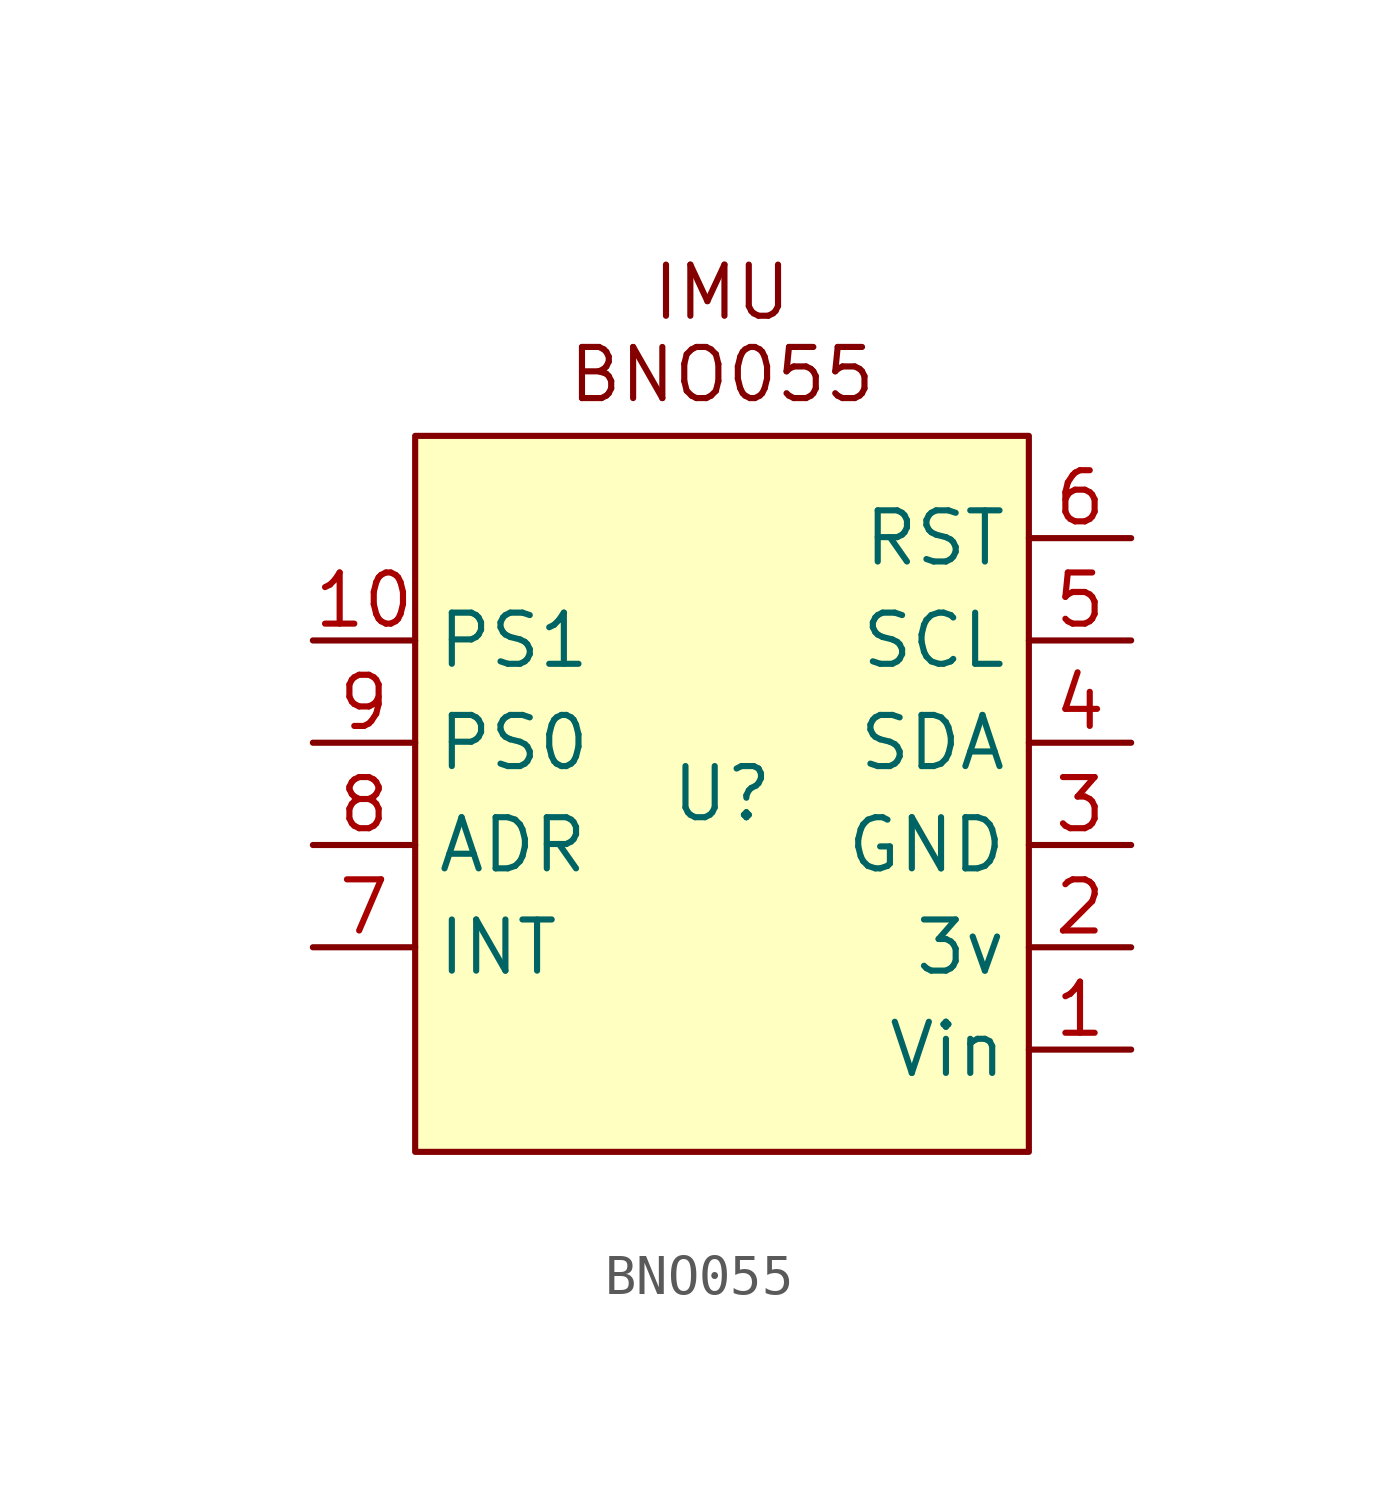
<source format=kicad_sym>
(kicad_symbol_lib
  (version 20220914)
  (generator kicad_symbol_editor)
  (symbol "BNO055"
    (property "Reference" "U"
      (at 0 -1.27 0)
      (effects (font (size 1.27 1.27))))
    (property "Value" ""
      (at -11.43 2.54 90)
      (effects (font (size 1.27 1.27))))
    (symbol "BNO055_1_1"
      (rectangle (start -7.62 7.62) (end 7.62 -10.16) (stroke (width 0) (type default)) (fill (type background)))
      (text "IMU\nBNO055" (at 0 10.16 0) (effects (font (size 1.27 1.27))))
      (pin bidirectional line (at 10.16 -7.62 180) (length 2.54) (name "Vin" (effects (font (size 1.27 1.27)))) (number "1" (effects (font (size 1.27 1.27)))))
      (pin bidirectional line (at -10.16 2.54 0) (length 2.54) (name "PS1" (effects (font (size 1.27 1.27)))) (number "10" (effects (font (size 1.27 1.27)))))
      (pin bidirectional line (at 10.16 -5.08 180) (length 2.54) (name "3v" (effects (font (size 1.27 1.27)))) (number "2" (effects (font (size 1.27 1.27)))))
      (pin bidirectional line (at 10.16 -2.54 180) (length 2.54) (name "GND" (effects (font (size 1.27 1.27)))) (number "3" (effects (font (size 1.27 1.27)))))
      (pin bidirectional line (at 10.16 0 180) (length 2.54) (name "SDA" (effects (font (size 1.27 1.27)))) (number "4" (effects (font (size 1.27 1.27)))))
      (pin bidirectional line (at 10.16 2.54 180) (length 2.54) (name "SCL" (effects (font (size 1.27 1.27)))) (number "5" (effects (font (size 1.27 1.27)))))
      (pin bidirectional line (at 10.16 5.08 180) (length 2.54) (name "RST" (effects (font (size 1.27 1.27)))) (number "6" (effects (font (size 1.27 1.27)))))
      (pin bidirectional line (at -10.16 -5.08 0) (length 2.54) (name "INT" (effects (font (size 1.27 1.27)))) (number "7" (effects (font (size 1.27 1.27)))))
      (pin bidirectional line (at -10.16 -2.54 0) (length 2.54) (name "ADR" (effects (font (size 1.27 1.27)))) (number "8" (effects (font (size 1.27 1.27)))))
      (pin bidirectional line (at -10.16 0 0) (length 2.54) (name "PS0" (effects (font (size 1.27 1.27)))) (number "9" (effects (font (size 1.27 1.27))))))))
</source>
